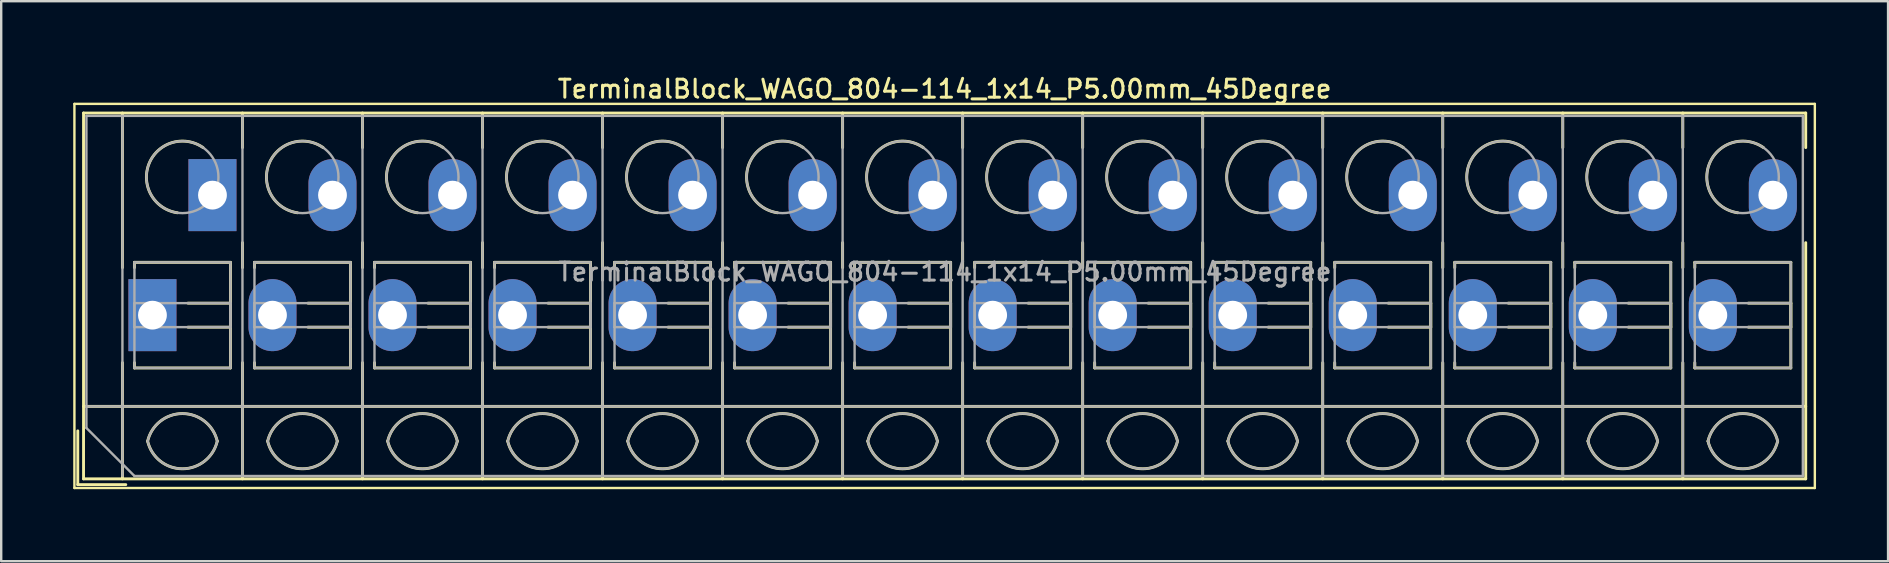
<source format=kicad_pcb>
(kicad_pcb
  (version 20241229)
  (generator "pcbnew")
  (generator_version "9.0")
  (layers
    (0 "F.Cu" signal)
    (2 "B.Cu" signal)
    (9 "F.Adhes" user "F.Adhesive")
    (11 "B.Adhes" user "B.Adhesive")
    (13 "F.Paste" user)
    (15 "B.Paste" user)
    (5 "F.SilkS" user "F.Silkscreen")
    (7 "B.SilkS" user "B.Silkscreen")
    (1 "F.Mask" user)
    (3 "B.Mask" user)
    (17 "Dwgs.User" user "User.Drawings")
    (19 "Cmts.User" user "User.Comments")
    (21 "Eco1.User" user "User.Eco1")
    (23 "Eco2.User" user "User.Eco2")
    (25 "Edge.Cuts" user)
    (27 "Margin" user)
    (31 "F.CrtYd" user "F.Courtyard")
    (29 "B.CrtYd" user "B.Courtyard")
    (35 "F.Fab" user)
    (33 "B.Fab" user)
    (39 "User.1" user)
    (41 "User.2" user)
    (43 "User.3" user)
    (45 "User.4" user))
  (footprint "TerminalBlock_WAGO_804-114_1x14_P5.00mm_45Degree"
    (layer "F.Cu")
    (at 3.3 10.078)
    (property "Reference" "TerminalBlock_WAGO_804-114_1x14_P5.00mm_45Degree" (at 33 -9.42 0) (layer "F.SilkS") (effects (font (size 0.75 0.75) (thickness 0.125))))
    (attr through_hole)
    (fp_line (start -3.25 -8.8) (end -3.25 7.2) (stroke (width 0.1) (type solid)) (layer "F.SilkS"))
    (fp_line (start -3.25 7.2) (end 69.25 7.2) (stroke (width 0.1) (type solid)) (layer "F.SilkS"))
    (fp_line (start -3.11 4.82) (end -3.11 7.06) (stroke (width 0.12) (type solid)) (layer "F.SilkS"))
    (fp_line (start -3.11 7.06) (end -1.11 7.06) (stroke (width 0.12) (type solid)) (layer "F.SilkS"))
    (fp_line (start -2.87 -8.42) (end -2.87 6.82) (stroke (width 0.12) (type solid)) (layer "F.SilkS"))
    (fp_line (start -2.87 -8.42) (end 68.87 -8.42) (stroke (width 0.12) (type solid)) (layer "F.SilkS"))
    (fp_line (start -2.87 3.8) (end 68.87 3.8) (stroke (width 0.12) (type solid)) (layer "F.SilkS"))
    (fp_line (start -2.87 6.82) (end 68.87 6.82) (stroke (width 0.12) (type solid)) (layer "F.SilkS"))
    (fp_line (start -1.25 -8.42) (end -1.25 -1.98) (stroke (width 0.12) (type solid)) (layer "F.SilkS"))
    (fp_line (start -1.25 1.98) (end -1.25 6.82) (stroke (width 0.12) (type solid)) (layer "F.SilkS"))
    (fp_line (start -0.75 -2.2) (end -0.75 -1.98) (stroke (width 0.12) (type solid)) (layer "F.SilkS"))
    (fp_line (start -0.75 -2.2) (end 3.25 -2.2) (stroke (width 0.12) (type solid)) (layer "F.SilkS"))
    (fp_line (start -0.75 1.98) (end -0.75 2.2) (stroke (width 0.12) (type solid)) (layer "F.SilkS"))
    (fp_line (start -0.75 2.2) (end 3.25 2.2) (stroke (width 0.12) (type solid)) (layer "F.SilkS"))
    (fp_line (start 1.48 -0.5) (end 3.25 -0.5) (stroke (width 0.12) (type solid)) (layer "F.SilkS"))
    (fp_line (start 1.48 0.5) (end 3.25 0.5) (stroke (width 0.12) (type solid)) (layer "F.SilkS"))
    (fp_line (start 3.25 -2.2) (end 3.25 2.2) (stroke (width 0.12) (type solid)) (layer "F.SilkS"))
    (fp_line (start 3.25 -0.5) (end 3.25 0.5) (stroke (width 0.12) (type solid)) (layer "F.SilkS"))
    (fp_line (start 3.75 -8.42) (end 3.75 -6.98) (stroke (width 0.12) (type solid)) (layer "F.SilkS"))
    (fp_line (start 3.75 -3.02) (end 3.75 -1.98) (stroke (width 0.12) (type solid)) (layer "F.SilkS"))
    (fp_line (start 3.75 1.98) (end 3.75 6.82) (stroke (width 0.12) (type solid)) (layer "F.SilkS"))
    (fp_line (start 4.25 -2.2) (end 4.25 -1.98) (stroke (width 0.12) (type solid)) (layer "F.SilkS"))
    (fp_line (start 4.25 -2.2) (end 8.25 -2.2) (stroke (width 0.12) (type solid)) (layer "F.SilkS"))
    (fp_line (start 4.25 1.98) (end 4.25 2.2) (stroke (width 0.12) (type solid)) (layer "F.SilkS"))
    (fp_line (start 4.25 2.2) (end 8.25 2.2) (stroke (width 0.12) (type solid)) (layer "F.SilkS"))
    (fp_line (start 6.48 -0.5) (end 8.25 -0.5) (stroke (width 0.12) (type solid)) (layer "F.SilkS"))
    (fp_line (start 6.48 0.5) (end 8.25 0.5) (stroke (width 0.12) (type solid)) (layer "F.SilkS"))
    (fp_line (start 8.25 -2.2) (end 8.25 2.2) (stroke (width 0.12) (type solid)) (layer "F.SilkS"))
    (fp_line (start 8.25 -0.5) (end 8.25 0.5) (stroke (width 0.12) (type solid)) (layer "F.SilkS"))
    (fp_line (start 8.75 -8.42) (end 8.75 -6.98) (stroke (width 0.12) (type solid)) (layer "F.SilkS"))
    (fp_line (start 8.75 -3.02) (end 8.75 -1.98) (stroke (width 0.12) (type solid)) (layer "F.SilkS"))
    (fp_line (start 8.75 1.98) (end 8.75 6.82) (stroke (width 0.12) (type solid)) (layer "F.SilkS"))
    (fp_line (start 9.25 -2.2) (end 9.25 -1.98) (stroke (width 0.12) (type solid)) (layer "F.SilkS"))
    (fp_line (start 9.25 -2.2) (end 13.25 -2.2) (stroke (width 0.12) (type solid)) (layer "F.SilkS"))
    (fp_line (start 9.25 1.98) (end 9.25 2.2) (stroke (width 0.12) (type solid)) (layer "F.SilkS"))
    (fp_line (start 9.25 2.2) (end 13.25 2.2) (stroke (width 0.12) (type solid)) (layer "F.SilkS"))
    (fp_line (start 11.48 -0.5) (end 13.25 -0.5) (stroke (width 0.12) (type solid)) (layer "F.SilkS"))
    (fp_line (start 11.48 0.5) (end 13.25 0.5) (stroke (width 0.12) (type solid)) (layer "F.SilkS"))
    (fp_line (start 13.25 -2.2) (end 13.25 2.2) (stroke (width 0.12) (type solid)) (layer "F.SilkS"))
    (fp_line (start 13.25 -0.5) (end 13.25 0.5) (stroke (width 0.12) (type solid)) (layer "F.SilkS"))
    (fp_line (start 13.75 -8.42) (end 13.75 -6.98) (stroke (width 0.12) (type solid)) (layer "F.SilkS"))
    (fp_line (start 13.75 -3.02) (end 13.75 -1.98) (stroke (width 0.12) (type solid)) (layer "F.SilkS"))
    (fp_line (start 13.75 1.98) (end 13.75 6.82) (stroke (width 0.12) (type solid)) (layer "F.SilkS"))
    (fp_line (start 14.25 -2.2) (end 14.25 -1.98) (stroke (width 0.12) (type solid)) (layer "F.SilkS"))
    (fp_line (start 14.25 -2.2) (end 18.25 -2.2) (stroke (width 0.12) (type solid)) (layer "F.SilkS"))
    (fp_line (start 14.25 1.98) (end 14.25 2.2) (stroke (width 0.12) (type solid)) (layer "F.SilkS"))
    (fp_line (start 14.25 2.2) (end 18.25 2.2) (stroke (width 0.12) (type solid)) (layer "F.SilkS"))
    (fp_line (start 16.48 -0.5) (end 18.25 -0.5) (stroke (width 0.12) (type solid)) (layer "F.SilkS"))
    (fp_line (start 16.48 0.5) (end 18.25 0.5) (stroke (width 0.12) (type solid)) (layer "F.SilkS"))
    (fp_line (start 18.25 -2.2) (end 18.25 2.2) (stroke (width 0.12) (type solid)) (layer "F.SilkS"))
    (fp_line (start 18.25 -0.5) (end 18.25 0.5) (stroke (width 0.12) (type solid)) (layer "F.SilkS"))
    (fp_line (start 18.75 -8.42) (end 18.75 -6.98) (stroke (width 0.12) (type solid)) (layer "F.SilkS"))
    (fp_line (start 18.75 -3.02) (end 18.75 -1.98) (stroke (width 0.12) (type solid)) (layer "F.SilkS"))
    (fp_line (start 18.75 1.98) (end 18.75 6.82) (stroke (width 0.12) (type solid)) (layer "F.SilkS"))
    (fp_line (start 19.25 -2.2) (end 19.25 -1.98) (stroke (width 0.12) (type solid)) (layer "F.SilkS"))
    (fp_line (start 19.25 -2.2) (end 23.25 -2.2) (stroke (width 0.12) (type solid)) (layer "F.SilkS"))
    (fp_line (start 19.25 1.98) (end 19.25 2.2) (stroke (width 0.12) (type solid)) (layer "F.SilkS"))
    (fp_line (start 19.25 2.2) (end 23.25 2.2) (stroke (width 0.12) (type solid)) (layer "F.SilkS"))
    (fp_line (start 21.48 -0.5) (end 23.25 -0.5) (stroke (width 0.12) (type solid)) (layer "F.SilkS"))
    (fp_line (start 21.48 0.5) (end 23.25 0.5) (stroke (width 0.12) (type solid)) (layer "F.SilkS"))
    (fp_line (start 23.25 -2.2) (end 23.25 2.2) (stroke (width 0.12) (type solid)) (layer "F.SilkS"))
    (fp_line (start 23.25 -0.5) (end 23.25 0.5) (stroke (width 0.12) (type solid)) (layer "F.SilkS"))
    (fp_line (start 23.75 -8.42) (end 23.75 -6.98) (stroke (width 0.12) (type solid)) (layer "F.SilkS"))
    (fp_line (start 23.75 -3.02) (end 23.75 -1.98) (stroke (width 0.12) (type solid)) (layer "F.SilkS"))
    (fp_line (start 23.75 1.98) (end 23.75 6.82) (stroke (width 0.12) (type solid)) (layer "F.SilkS"))
    (fp_line (start 24.25 -2.2) (end 24.25 -1.98) (stroke (width 0.12) (type solid)) (layer "F.SilkS"))
    (fp_line (start 24.25 -2.2) (end 28.25 -2.2) (stroke (width 0.12) (type solid)) (layer "F.SilkS"))
    (fp_line (start 24.25 1.98) (end 24.25 2.2) (stroke (width 0.12) (type solid)) (layer "F.SilkS"))
    (fp_line (start 24.25 2.2) (end 28.25 2.2) (stroke (width 0.12) (type solid)) (layer "F.SilkS"))
    (fp_line (start 26.48 -0.5) (end 28.25 -0.5) (stroke (width 0.12) (type solid)) (layer "F.SilkS"))
    (fp_line (start 26.48 0.5) (end 28.25 0.5) (stroke (width 0.12) (type solid)) (layer "F.SilkS"))
    (fp_line (start 28.25 -2.2) (end 28.25 2.2) (stroke (width 0.12) (type solid)) (layer "F.SilkS"))
    (fp_line (start 28.25 -0.5) (end 28.25 0.5) (stroke (width 0.12) (type solid)) (layer "F.SilkS"))
    (fp_line (start 28.75 -8.42) (end 28.75 -6.98) (stroke (width 0.12) (type solid)) (layer "F.SilkS"))
    (fp_line (start 28.75 -3.02) (end 28.75 -1.98) (stroke (width 0.12) (type solid)) (layer "F.SilkS"))
    (fp_line (start 28.75 1.98) (end 28.75 6.82) (stroke (width 0.12) (type solid)) (layer "F.SilkS"))
    (fp_line (start 29.25 -2.2) (end 29.25 -1.98) (stroke (width 0.12) (type solid)) (layer "F.SilkS"))
    (fp_line (start 29.25 -2.2) (end 33.25 -2.2) (stroke (width 0.12) (type solid)) (layer "F.SilkS"))
    (fp_line (start 29.25 1.98) (end 29.25 2.2) (stroke (width 0.12) (type solid)) (layer "F.SilkS"))
    (fp_line (start 29.25 2.2) (end 33.25 2.2) (stroke (width 0.12) (type solid)) (layer "F.SilkS"))
    (fp_line (start 31.48 -0.5) (end 33.25 -0.5) (stroke (width 0.12) (type solid)) (layer "F.SilkS"))
    (fp_line (start 31.48 0.5) (end 33.25 0.5) (stroke (width 0.12) (type solid)) (layer "F.SilkS"))
    (fp_line (start 33.25 -2.2) (end 33.25 2.2) (stroke (width 0.12) (type solid)) (layer "F.SilkS"))
    (fp_line (start 33.25 -0.5) (end 33.25 0.5) (stroke (width 0.12) (type solid)) (layer "F.SilkS"))
    (fp_line (start 33.75 -8.42) (end 33.75 -6.98) (stroke (width 0.12) (type solid)) (layer "F.SilkS"))
    (fp_line (start 33.75 -3.02) (end 33.75 -1.98) (stroke (width 0.12) (type solid)) (layer "F.SilkS"))
    (fp_line (start 33.75 1.98) (end 33.75 6.82) (stroke (width 0.12) (type solid)) (layer "F.SilkS"))
    (fp_line (start 34.25 -2.2) (end 34.25 -1.98) (stroke (width 0.12) (type solid)) (layer "F.SilkS"))
    (fp_line (start 34.25 -2.2) (end 38.25 -2.2) (stroke (width 0.12) (type solid)) (layer "F.SilkS"))
    (fp_line (start 34.25 1.98) (end 34.25 2.2) (stroke (width 0.12) (type solid)) (layer "F.SilkS"))
    (fp_line (start 34.25 2.2) (end 38.25 2.2) (stroke (width 0.12) (type solid)) (layer "F.SilkS"))
    (fp_line (start 36.48 -0.5) (end 38.25 -0.5) (stroke (width 0.12) (type solid)) (layer "F.SilkS"))
    (fp_line (start 36.48 0.5) (end 38.25 0.5) (stroke (width 0.12) (type solid)) (layer "F.SilkS"))
    (fp_line (start 38.25 -2.2) (end 38.25 2.2) (stroke (width 0.12) (type solid)) (layer "F.SilkS"))
    (fp_line (start 38.25 -0.5) (end 38.25 0.5) (stroke (width 0.12) (type solid)) (layer "F.SilkS"))
    (fp_line (start 38.75 -8.42) (end 38.75 -6.98) (stroke (width 0.12) (type solid)) (layer "F.SilkS"))
    (fp_line (start 38.75 -3.02) (end 38.75 -1.98) (stroke (width 0.12) (type solid)) (layer "F.SilkS"))
    (fp_line (start 38.75 1.98) (end 38.75 6.82) (stroke (width 0.12) (type solid)) (layer "F.SilkS"))
    (fp_line (start 39.25 -2.2) (end 39.25 -1.98) (stroke (width 0.12) (type solid)) (layer "F.SilkS"))
    (fp_line (start 39.25 -2.2) (end 43.25 -2.2) (stroke (width 0.12) (type solid)) (layer "F.SilkS"))
    (fp_line (start 39.25 1.98) (end 39.25 2.2) (stroke (width 0.12) (type solid)) (layer "F.SilkS"))
    (fp_line (start 39.25 2.2) (end 43.25 2.2) (stroke (width 0.12) (type solid)) (layer "F.SilkS"))
    (fp_line (start 41.48 -0.5) (end 43.25 -0.5) (stroke (width 0.12) (type solid)) (layer "F.SilkS"))
    (fp_line (start 41.48 0.5) (end 43.25 0.5) (stroke (width 0.12) (type solid)) (layer "F.SilkS"))
    (fp_line (start 43.25 -2.2) (end 43.25 2.2) (stroke (width 0.12) (type solid)) (layer "F.SilkS"))
    (fp_line (start 43.25 -0.5) (end 43.25 0.5) (stroke (width 0.12) (type solid)) (layer "F.SilkS"))
    (fp_line (start 43.75 -8.42) (end 43.75 -6.98) (stroke (width 0.12) (type solid)) (layer "F.SilkS"))
    (fp_line (start 43.75 -3.02) (end 43.75 -1.98) (stroke (width 0.12) (type solid)) (layer "F.SilkS"))
    (fp_line (start 43.75 1.98) (end 43.75 6.82) (stroke (width 0.12) (type solid)) (layer "F.SilkS"))
    (fp_line (start 44.25 -2.2) (end 44.25 -1.98) (stroke (width 0.12) (type solid)) (layer "F.SilkS"))
    (fp_line (start 44.25 -2.2) (end 48.25 -2.2) (stroke (width 0.12) (type solid)) (layer "F.SilkS"))
    (fp_line (start 44.25 1.98) (end 44.25 2.2) (stroke (width 0.12) (type solid)) (layer "F.SilkS"))
    (fp_line (start 44.25 2.2) (end 48.25 2.2) (stroke (width 0.12) (type solid)) (layer "F.SilkS"))
    (fp_line (start 46.48 -0.5) (end 48.25 -0.5) (stroke (width 0.12) (type solid)) (layer "F.SilkS"))
    (fp_line (start 46.48 0.5) (end 48.25 0.5) (stroke (width 0.12) (type solid)) (layer "F.SilkS"))
    (fp_line (start 48.25 -2.2) (end 48.25 2.2) (stroke (width 0.12) (type solid)) (layer "F.SilkS"))
    (fp_line (start 48.25 -0.5) (end 48.25 0.5) (stroke (width 0.12) (type solid)) (layer "F.SilkS"))
    (fp_line (start 48.75 -8.42) (end 48.75 -6.98) (stroke (width 0.12) (type solid)) (layer "F.SilkS"))
    (fp_line (start 48.75 -3.02) (end 48.75 -1.98) (stroke (width 0.12) (type solid)) (layer "F.SilkS"))
    (fp_line (start 48.75 1.98) (end 48.75 6.82) (stroke (width 0.12) (type solid)) (layer "F.SilkS"))
    (fp_line (start 49.25 -2.2) (end 49.25 -1.98) (stroke (width 0.12) (type solid)) (layer "F.SilkS"))
    (fp_line (start 49.25 -2.2) (end 53.25 -2.2) (stroke (width 0.12) (type solid)) (layer "F.SilkS"))
    (fp_line (start 49.25 1.98) (end 49.25 2.2) (stroke (width 0.12) (type solid)) (layer "F.SilkS"))
    (fp_line (start 49.25 2.2) (end 53.25 2.2) (stroke (width 0.12) (type solid)) (layer "F.SilkS"))
    (fp_line (start 51.48 -0.5) (end 53.25 -0.5) (stroke (width 0.12) (type solid)) (layer "F.SilkS"))
    (fp_line (start 51.48 0.5) (end 53.25 0.5) (stroke (width 0.12) (type solid)) (layer "F.SilkS"))
    (fp_line (start 53.25 -2.2) (end 53.25 2.2) (stroke (width 0.12) (type solid)) (layer "F.SilkS"))
    (fp_line (start 53.25 -0.5) (end 53.25 0.5) (stroke (width 0.12) (type solid)) (layer "F.SilkS"))
    (fp_line (start 53.75 -8.42) (end 53.75 -6.98) (stroke (width 0.12) (type solid)) (layer "F.SilkS"))
    (fp_line (start 53.75 -3.02) (end 53.75 -1.98) (stroke (width 0.12) (type solid)) (layer "F.SilkS"))
    (fp_line (start 53.75 1.98) (end 53.75 6.82) (stroke (width 0.12) (type solid)) (layer "F.SilkS"))
    (fp_line (start 54.25 -2.2) (end 54.25 -1.98) (stroke (width 0.12) (type solid)) (layer "F.SilkS"))
    (fp_line (start 54.25 -2.2) (end 58.25 -2.2) (stroke (width 0.12) (type solid)) (layer "F.SilkS"))
    (fp_line (start 54.25 1.98) (end 54.25 2.2) (stroke (width 0.12) (type solid)) (layer "F.SilkS"))
    (fp_line (start 54.25 2.2) (end 58.25 2.2) (stroke (width 0.12) (type solid)) (layer "F.SilkS"))
    (fp_line (start 56.48 -0.5) (end 58.25 -0.5) (stroke (width 0.12) (type solid)) (layer "F.SilkS"))
    (fp_line (start 56.48 0.5) (end 58.25 0.5) (stroke (width 0.12) (type solid)) (layer "F.SilkS"))
    (fp_line (start 58.25 -2.2) (end 58.25 2.2) (stroke (width 0.12) (type solid)) (layer "F.SilkS"))
    (fp_line (start 58.25 -0.5) (end 58.25 0.5) (stroke (width 0.12) (type solid)) (layer "F.SilkS"))
    (fp_line (start 58.75 -8.42) (end 58.75 -6.98) (stroke (width 0.12) (type solid)) (layer "F.SilkS"))
    (fp_line (start 58.75 -3.02) (end 58.75 -1.98) (stroke (width 0.12) (type solid)) (layer "F.SilkS"))
    (fp_line (start 58.75 1.98) (end 58.75 6.82) (stroke (width 0.12) (type solid)) (layer "F.SilkS"))
    (fp_line (start 59.25 -2.2) (end 59.25 -1.98) (stroke (width 0.12) (type solid)) (layer "F.SilkS"))
    (fp_line (start 59.25 -2.2) (end 63.25 -2.2) (stroke (width 0.12) (type solid)) (layer "F.SilkS"))
    (fp_line (start 59.25 1.98) (end 59.25 2.2) (stroke (width 0.12) (type solid)) (layer "F.SilkS"))
    (fp_line (start 59.25 2.2) (end 63.25 2.2) (stroke (width 0.12) (type solid)) (layer "F.SilkS"))
    (fp_line (start 61.48 -0.5) (end 63.25 -0.5) (stroke (width 0.12) (type solid)) (layer "F.SilkS"))
    (fp_line (start 61.48 0.5) (end 63.25 0.5) (stroke (width 0.12) (type solid)) (layer "F.SilkS"))
    (fp_line (start 63.25 -2.2) (end 63.25 2.2) (stroke (width 0.12) (type solid)) (layer "F.SilkS"))
    (fp_line (start 63.25 -0.5) (end 63.25 0.5) (stroke (width 0.12) (type solid)) (layer "F.SilkS"))
    (fp_line (start 63.75 -8.42) (end 63.75 -6.98) (stroke (width 0.12) (type solid)) (layer "F.SilkS"))
    (fp_line (start 63.75 -3.02) (end 63.75 -1.98) (stroke (width 0.12) (type solid)) (layer "F.SilkS"))
    (fp_line (start 63.75 1.98) (end 63.75 6.82) (stroke (width 0.12) (type solid)) (layer "F.SilkS"))
    (fp_line (start 64.25 -2.2) (end 64.25 -1.98) (stroke (width 0.12) (type solid)) (layer "F.SilkS"))
    (fp_line (start 64.25 -2.2) (end 68.25 -2.2) (stroke (width 0.12) (type solid)) (layer "F.SilkS"))
    (fp_line (start 64.25 1.98) (end 64.25 2.2) (stroke (width 0.12) (type solid)) (layer "F.SilkS"))
    (fp_line (start 64.25 2.2) (end 68.25 2.2) (stroke (width 0.12) (type solid)) (layer "F.SilkS"))
    (fp_line (start 66.48 -0.5) (end 68.25 -0.5) (stroke (width 0.12) (type solid)) (layer "F.SilkS"))
    (fp_line (start 66.48 0.5) (end 68.25 0.5) (stroke (width 0.12) (type solid)) (layer "F.SilkS"))
    (fp_line (start 68.25 -2.2) (end 68.25 2.2) (stroke (width 0.12) (type solid)) (layer "F.SilkS"))
    (fp_line (start 68.25 -0.5) (end 68.25 0.5) (stroke (width 0.12) (type solid)) (layer "F.SilkS"))
    (fp_line (start 68.87 -8.42) (end 68.87 -6.98) (stroke (width 0.12) (type solid)) (layer "F.SilkS"))
    (fp_line (start 68.87 -3.02) (end 68.87 6.82) (stroke (width 0.12) (type solid)) (layer "F.SilkS"))
    (fp_line (start 69.25 -8.8) (end -3.25 -8.8) (stroke (width 0.1) (type solid)) (layer "F.SilkS"))
    (fp_line (start 69.25 7.2) (end 69.25 -8.8) (stroke (width 0.1) (type solid)) (layer "F.SilkS"))
    (fp_arc (start -0.200865 5.250424) (mid 1.250296 4.099926) (end 2.701 5.251) (stroke (width 0.12) (type solid)) (layer "F.SilkS"))
    (fp_arc (start 1.040798 -4.264067) (mid -0.146039 -6.300306) (end 2.111 -6.979) (stroke (width 0.12) (type solid)) (layer "F.SilkS"))
    (fp_arc (start 2.7 5.25) (mid 1.250068 6.400101) (end -0.199969 5.250133) (stroke (width 0.12) (type solid)) (layer "F.SilkS"))
    (fp_arc (start 4.799135 5.250424) (mid 6.250296 4.099926) (end 7.701 5.251) (stroke (width 0.12) (type solid)) (layer "F.SilkS"))
    (fp_arc (start 6.040798 -4.264067) (mid 4.853961 -6.300306) (end 7.111 -6.979) (stroke (width 0.12) (type solid)) (layer "F.SilkS"))
    (fp_arc (start 7.7 5.25) (mid 6.250068 6.400101) (end 4.800031 5.250133) (stroke (width 0.12) (type solid)) (layer "F.SilkS"))
    (fp_arc (start 9.799135 5.250424) (mid 11.250296 4.099926) (end 12.701 5.251) (stroke (width 0.12) (type solid)) (layer "F.SilkS"))
    (fp_arc (start 11.040798 -4.264067) (mid 9.853961 -6.300306) (end 12.111 -6.979) (stroke (width 0.12) (type solid)) (layer "F.SilkS"))
    (fp_arc (start 12.7 5.25) (mid 11.250068 6.400101) (end 9.800031 5.250133) (stroke (width 0.12) (type solid)) (layer "F.SilkS"))
    (fp_arc (start 14.799135 5.250424) (mid 16.250296 4.099926) (end 17.701 5.251) (stroke (width 0.12) (type solid)) (layer "F.SilkS"))
    (fp_arc (start 16.040798 -4.264067) (mid 14.853961 -6.300306) (end 17.111 -6.979) (stroke (width 0.12) (type solid)) (layer "F.SilkS"))
    (fp_arc (start 17.7 5.25) (mid 16.250068 6.400101) (end 14.800031 5.250133) (stroke (width 0.12) (type solid)) (layer "F.SilkS"))
    (fp_arc (start 19.799135 5.250424) (mid 21.250296 4.099926) (end 22.701 5.251) (stroke (width 0.12) (type solid)) (layer "F.SilkS"))
    (fp_arc (start 21.040798 -4.264067) (mid 19.853961 -6.300306) (end 22.111 -6.979) (stroke (width 0.12) (type solid)) (layer "F.SilkS"))
    (fp_arc (start 22.7 5.25) (mid 21.250068 6.400101) (end 19.800031 5.250133) (stroke (width 0.12) (type solid)) (layer "F.SilkS"))
    (fp_arc (start 24.799135 5.250424) (mid 26.250296 4.099926) (end 27.701 5.251) (stroke (width 0.12) (type solid)) (layer "F.SilkS"))
    (fp_arc (start 26.040798 -4.264067) (mid 24.853961 -6.300306) (end 27.111 -6.979) (stroke (width 0.12) (type solid)) (layer "F.SilkS"))
    (fp_arc (start 27.7 5.25) (mid 26.250068 6.400101) (end 24.800031 5.250133) (stroke (width 0.12) (type solid)) (layer "F.SilkS"))
    (fp_arc (start 29.799135 5.250424) (mid 31.250296 4.099926) (end 32.701 5.251) (stroke (width 0.12) (type solid)) (layer "F.SilkS"))
    (fp_arc (start 31.040798 -4.264067) (mid 29.853961 -6.300306) (end 32.111 -6.979) (stroke (width 0.12) (type solid)) (layer "F.SilkS"))
    (fp_arc (start 32.701 5.25) (mid 31.250296 6.401074) (end 29.799135 5.250576) (stroke (width 0.12) (type solid)) (layer "F.SilkS"))
    (fp_arc (start 34.799135 5.250424) (mid 36.250296 4.099926) (end 37.701 5.251) (stroke (width 0.12) (type solid)) (layer "F.SilkS"))
    (fp_arc (start 36.040798 -4.264067) (mid 34.853961 -6.300306) (end 37.111 -6.979) (stroke (width 0.12) (type solid)) (layer "F.SilkS"))
    (fp_arc (start 37.7 5.25) (mid 36.250068 6.400101) (end 34.800031 5.250133) (stroke (width 0.12) (type solid)) (layer "F.SilkS"))
    (fp_arc (start 39.799135 5.250424) (mid 41.250296 4.099926) (end 42.701 5.251) (stroke (width 0.12) (type solid)) (layer "F.SilkS"))
    (fp_arc (start 41.040798 -4.264067) (mid 39.853961 -6.300306) (end 42.111 -6.979) (stroke (width 0.12) (type solid)) (layer "F.SilkS"))
    (fp_arc (start 42.7 5.25) (mid 41.250068 6.400101) (end 39.800031 5.250133) (stroke (width 0.12) (type solid)) (layer "F.SilkS"))
    (fp_arc (start 44.799135 5.250424) (mid 46.250296 4.099926) (end 47.701 5.251) (stroke (width 0.12) (type solid)) (layer "F.SilkS"))
    (fp_arc (start 46.040798 -4.264067) (mid 44.853961 -6.300306) (end 47.111 -6.979) (stroke (width 0.12) (type solid)) (layer "F.SilkS"))
    (fp_arc (start 47.7 5.25) (mid 46.250068 6.400101) (end 44.800031 5.250133) (stroke (width 0.12) (type solid)) (layer "F.SilkS"))
    (fp_arc (start 49.799135 5.250424) (mid 51.250296 4.099926) (end 52.701 5.251) (stroke (width 0.12) (type solid)) (layer "F.SilkS"))
    (fp_arc (start 51.040798 -4.264067) (mid 49.853961 -6.300306) (end 52.111 -6.979) (stroke (width 0.12) (type solid)) (layer "F.SilkS"))
    (fp_arc (start 52.7 5.25) (mid 51.250068 6.400101) (end 49.800031 5.250133) (stroke (width 0.12) (type solid)) (layer "F.SilkS"))
    (fp_arc (start 54.799135 5.250424) (mid 56.250296 4.099926) (end 57.701 5.251) (stroke (width 0.12) (type solid)) (layer "F.SilkS"))
    (fp_arc (start 56.040798 -4.264067) (mid 54.853961 -6.300306) (end 57.111 -6.979) (stroke (width 0.12) (type solid)) (layer "F.SilkS"))
    (fp_arc (start 57.7 5.25) (mid 56.250068 6.400101) (end 54.800031 5.250133) (stroke (width 0.12) (type solid)) (layer "F.SilkS"))
    (fp_arc (start 59.799135 5.250424) (mid 61.250296 4.099926) (end 62.701 5.251) (stroke (width 0.12) (type solid)) (layer "F.SilkS"))
    (fp_arc (start 61.040798 -4.264067) (mid 59.853961 -6.300306) (end 62.111 -6.979) (stroke (width 0.12) (type solid)) (layer "F.SilkS"))
    (fp_arc (start 62.7 5.25) (mid 61.250068 6.400101) (end 59.800031 5.250133) (stroke (width 0.12) (type solid)) (layer "F.SilkS"))
    (fp_arc (start 64.799135 5.250424) (mid 66.250296 4.099926) (end 67.701 5.251) (stroke (width 0.12) (type solid)) (layer "F.SilkS"))
    (fp_arc (start 66.040798 -4.264067) (mid 64.853961 -6.300306) (end 67.111 -6.979) (stroke (width 0.12) (type solid)) (layer "F.SilkS"))
    (fp_arc (start 67.7 5.25) (mid 66.250068 6.400101) (end 64.800031 5.250133) (stroke (width 0.12) (type solid)) (layer "F.SilkS"))
    (fp_line (start -2.75 -8.3) (end 68.75 -8.3) (stroke (width 0.1) (type solid)) (layer "F.Fab"))
    (fp_line (start -2.75 3.8) (end 68.75 3.8) (stroke (width 0.1) (type solid)) (layer "F.Fab"))
    (fp_line (start -2.75 4.7) (end -2.75 -8.3) (stroke (width 0.1) (type solid)) (layer "F.Fab"))
    (fp_line (start -1.25 -8.3) (end -1.25 6.7) (stroke (width 0.1) (type solid)) (layer "F.Fab"))
    (fp_line (start -0.75 -2.2) (end -0.75 2.2) (stroke (width 0.1) (type solid)) (layer "F.Fab"))
    (fp_line (start -0.75 -0.5) (end -0.75 0.5) (stroke (width 0.1) (type solid)) (layer "F.Fab"))
    (fp_line (start -0.75 0.5) (end 3.25 0.5) (stroke (width 0.1) (type solid)) (layer "F.Fab"))
    (fp_line (start -0.75 2.2) (end 3.25 2.2) (stroke (width 0.1) (type solid)) (layer "F.Fab"))
    (fp_line (start -0.75 6.7) (end -2.75 4.7) (stroke (width 0.1) (type solid)) (layer "F.Fab"))
    (fp_line (start 3.25 -2.2) (end -0.75 -2.2) (stroke (width 0.1) (type solid)) (layer "F.Fab"))
    (fp_line (start 3.25 -0.5) (end -0.75 -0.5) (stroke (width 0.1) (type solid)) (layer "F.Fab"))
    (fp_line (start 3.25 0.5) (end 3.25 -0.5) (stroke (width 0.1) (type solid)) (layer "F.Fab"))
    (fp_line (start 3.25 2.2) (end 3.25 -2.2) (stroke (width 0.1) (type solid)) (layer "F.Fab"))
    (fp_line (start 3.75 -8.3) (end 3.75 6.7) (stroke (width 0.1) (type solid)) (layer "F.Fab"))
    (fp_line (start 4.25 -2.2) (end 4.25 2.2) (stroke (width 0.1) (type solid)) (layer "F.Fab"))
    (fp_line (start 4.25 -0.5) (end 4.25 0.5) (stroke (width 0.1) (type solid)) (layer "F.Fab"))
    (fp_line (start 4.25 0.5) (end 8.25 0.5) (stroke (width 0.1) (type solid)) (layer "F.Fab"))
    (fp_line (start 4.25 2.2) (end 8.25 2.2) (stroke (width 0.1) (type solid)) (layer "F.Fab"))
    (fp_line (start 8.25 -2.2) (end 4.25 -2.2) (stroke (width 0.1) (type solid)) (layer "F.Fab"))
    (fp_line (start 8.25 -0.5) (end 4.25 -0.5) (stroke (width 0.1) (type solid)) (layer "F.Fab"))
    (fp_line (start 8.25 0.5) (end 8.25 -0.5) (stroke (width 0.1) (type solid)) (layer "F.Fab"))
    (fp_line (start 8.25 2.2) (end 8.25 -2.2) (stroke (width 0.1) (type solid)) (layer "F.Fab"))
    (fp_line (start 8.75 -8.3) (end 8.75 6.7) (stroke (width 0.1) (type solid)) (layer "F.Fab"))
    (fp_line (start 9.25 -2.2) (end 9.25 2.2) (stroke (width 0.1) (type solid)) (layer "F.Fab"))
    (fp_line (start 9.25 -0.5) (end 9.25 0.5) (stroke (width 0.1) (type solid)) (layer "F.Fab"))
    (fp_line (start 9.25 0.5) (end 13.25 0.5) (stroke (width 0.1) (type solid)) (layer "F.Fab"))
    (fp_line (start 9.25 2.2) (end 13.25 2.2) (stroke (width 0.1) (type solid)) (layer "F.Fab"))
    (fp_line (start 13.25 -2.2) (end 9.25 -2.2) (stroke (width 0.1) (type solid)) (layer "F.Fab"))
    (fp_line (start 13.25 -0.5) (end 9.25 -0.5) (stroke (width 0.1) (type solid)) (layer "F.Fab"))
    (fp_line (start 13.25 0.5) (end 13.25 -0.5) (stroke (width 0.1) (type solid)) (layer "F.Fab"))
    (fp_line (start 13.25 2.2) (end 13.25 -2.2) (stroke (width 0.1) (type solid)) (layer "F.Fab"))
    (fp_line (start 13.75 -8.3) (end 13.75 6.7) (stroke (width 0.1) (type solid)) (layer "F.Fab"))
    (fp_line (start 14.25 -2.2) (end 14.25 2.2) (stroke (width 0.1) (type solid)) (layer "F.Fab"))
    (fp_line (start 14.25 -0.5) (end 14.25 0.5) (stroke (width 0.1) (type solid)) (layer "F.Fab"))
    (fp_line (start 14.25 0.5) (end 18.25 0.5) (stroke (width 0.1) (type solid)) (layer "F.Fab"))
    (fp_line (start 14.25 2.2) (end 18.25 2.2) (stroke (width 0.1) (type solid)) (layer "F.Fab"))
    (fp_line (start 18.25 -2.2) (end 14.25 -2.2) (stroke (width 0.1) (type solid)) (layer "F.Fab"))
    (fp_line (start 18.25 -0.5) (end 14.25 -0.5) (stroke (width 0.1) (type solid)) (layer "F.Fab"))
    (fp_line (start 18.25 0.5) (end 18.25 -0.5) (stroke (width 0.1) (type solid)) (layer "F.Fab"))
    (fp_line (start 18.25 2.2) (end 18.25 -2.2) (stroke (width 0.1) (type solid)) (layer "F.Fab"))
    (fp_line (start 18.75 -8.3) (end 18.75 6.7) (stroke (width 0.1) (type solid)) (layer "F.Fab"))
    (fp_line (start 19.25 -2.2) (end 19.25 2.2) (stroke (width 0.1) (type solid)) (layer "F.Fab"))
    (fp_line (start 19.25 -0.5) (end 19.25 0.5) (stroke (width 0.1) (type solid)) (layer "F.Fab"))
    (fp_line (start 19.25 0.5) (end 23.25 0.5) (stroke (width 0.1) (type solid)) (layer "F.Fab"))
    (fp_line (start 19.25 2.2) (end 23.25 2.2) (stroke (width 0.1) (type solid)) (layer "F.Fab"))
    (fp_line (start 23.25 -2.2) (end 19.25 -2.2) (stroke (width 0.1) (type solid)) (layer "F.Fab"))
    (fp_line (start 23.25 -0.5) (end 19.25 -0.5) (stroke (width 0.1) (type solid)) (layer "F.Fab"))
    (fp_line (start 23.25 0.5) (end 23.25 -0.5) (stroke (width 0.1) (type solid)) (layer "F.Fab"))
    (fp_line (start 23.25 2.2) (end 23.25 -2.2) (stroke (width 0.1) (type solid)) (layer "F.Fab"))
    (fp_line (start 23.75 -8.3) (end 23.75 6.7) (stroke (width 0.1) (type solid)) (layer "F.Fab"))
    (fp_line (start 24.25 -2.2) (end 24.25 2.2) (stroke (width 0.1) (type solid)) (layer "F.Fab"))
    (fp_line (start 24.25 -0.5) (end 24.25 0.5) (stroke (width 0.1) (type solid)) (layer "F.Fab"))
    (fp_line (start 24.25 0.5) (end 28.25 0.5) (stroke (width 0.1) (type solid)) (layer "F.Fab"))
    (fp_line (start 24.25 2.2) (end 28.25 2.2) (stroke (width 0.1) (type solid)) (layer "F.Fab"))
    (fp_line (start 28.25 -2.2) (end 24.25 -2.2) (stroke (width 0.1) (type solid)) (layer "F.Fab"))
    (fp_line (start 28.25 -0.5) (end 24.25 -0.5) (stroke (width 0.1) (type solid)) (layer "F.Fab"))
    (fp_line (start 28.25 0.5) (end 28.25 -0.5) (stroke (width 0.1) (type solid)) (layer "F.Fab"))
    (fp_line (start 28.25 2.2) (end 28.25 -2.2) (stroke (width 0.1) (type solid)) (layer "F.Fab"))
    (fp_line (start 28.75 -8.3) (end 28.75 6.7) (stroke (width 0.1) (type solid)) (layer "F.Fab"))
    (fp_line (start 29.25 -2.2) (end 29.25 2.2) (stroke (width 0.1) (type solid)) (layer "F.Fab"))
    (fp_line (start 29.25 -0.5) (end 29.25 0.5) (stroke (width 0.1) (type solid)) (layer "F.Fab"))
    (fp_line (start 29.25 0.5) (end 33.25 0.5) (stroke (width 0.1) (type solid)) (layer "F.Fab"))
    (fp_line (start 29.25 2.2) (end 33.25 2.2) (stroke (width 0.1) (type solid)) (layer "F.Fab"))
    (fp_line (start 33.25 -2.2) (end 29.25 -2.2) (stroke (width 0.1) (type solid)) (layer "F.Fab"))
    (fp_line (start 33.25 -0.5) (end 29.25 -0.5) (stroke (width 0.1) (type solid)) (layer "F.Fab"))
    (fp_line (start 33.25 0.5) (end 33.25 -0.5) (stroke (width 0.1) (type solid)) (layer "F.Fab"))
    (fp_line (start 33.25 2.2) (end 33.25 -2.2) (stroke (width 0.1) (type solid)) (layer "F.Fab"))
    (fp_line (start 33.75 -8.3) (end 33.75 6.7) (stroke (width 0.1) (type solid)) (layer "F.Fab"))
    (fp_line (start 34.25 -2.2) (end 34.25 2.2) (stroke (width 0.1) (type solid)) (layer "F.Fab"))
    (fp_line (start 34.25 -0.5) (end 34.25 0.5) (stroke (width 0.1) (type solid)) (layer "F.Fab"))
    (fp_line (start 34.25 0.5) (end 38.25 0.5) (stroke (width 0.1) (type solid)) (layer "F.Fab"))
    (fp_line (start 34.25 2.2) (end 38.25 2.2) (stroke (width 0.1) (type solid)) (layer "F.Fab"))
    (fp_line (start 38.25 -2.2) (end 34.25 -2.2) (stroke (width 0.1) (type solid)) (layer "F.Fab"))
    (fp_line (start 38.25 -0.5) (end 34.25 -0.5) (stroke (width 0.1) (type solid)) (layer "F.Fab"))
    (fp_line (start 38.25 0.5) (end 38.25 -0.5) (stroke (width 0.1) (type solid)) (layer "F.Fab"))
    (fp_line (start 38.25 2.2) (end 38.25 -2.2) (stroke (width 0.1) (type solid)) (layer "F.Fab"))
    (fp_line (start 38.75 -8.3) (end 38.75 6.7) (stroke (width 0.1) (type solid)) (layer "F.Fab"))
    (fp_line (start 39.25 -2.2) (end 39.25 2.2) (stroke (width 0.1) (type solid)) (layer "F.Fab"))
    (fp_line (start 39.25 -0.5) (end 39.25 0.5) (stroke (width 0.1) (type solid)) (layer "F.Fab"))
    (fp_line (start 39.25 0.5) (end 43.25 0.5) (stroke (width 0.1) (type solid)) (layer "F.Fab"))
    (fp_line (start 39.25 2.2) (end 43.25 2.2) (stroke (width 0.1) (type solid)) (layer "F.Fab"))
    (fp_line (start 43.25 -2.2) (end 39.25 -2.2) (stroke (width 0.1) (type solid)) (layer "F.Fab"))
    (fp_line (start 43.25 -0.5) (end 39.25 -0.5) (stroke (width 0.1) (type solid)) (layer "F.Fab"))
    (fp_line (start 43.25 0.5) (end 43.25 -0.5) (stroke (width 0.1) (type solid)) (layer "F.Fab"))
    (fp_line (start 43.25 2.2) (end 43.25 -2.2) (stroke (width 0.1) (type solid)) (layer "F.Fab"))
    (fp_line (start 43.75 -8.3) (end 43.75 6.7) (stroke (width 0.1) (type solid)) (layer "F.Fab"))
    (fp_line (start 44.25 -2.2) (end 44.25 2.2) (stroke (width 0.1) (type solid)) (layer "F.Fab"))
    (fp_line (start 44.25 -0.5) (end 44.25 0.5) (stroke (width 0.1) (type solid)) (layer "F.Fab"))
    (fp_line (start 44.25 0.5) (end 48.25 0.5) (stroke (width 0.1) (type solid)) (layer "F.Fab"))
    (fp_line (start 44.25 2.2) (end 48.25 2.2) (stroke (width 0.1) (type solid)) (layer "F.Fab"))
    (fp_line (start 48.25 -2.2) (end 44.25 -2.2) (stroke (width 0.1) (type solid)) (layer "F.Fab"))
    (fp_line (start 48.25 -0.5) (end 44.25 -0.5) (stroke (width 0.1) (type solid)) (layer "F.Fab"))
    (fp_line (start 48.25 0.5) (end 48.25 -0.5) (stroke (width 0.1) (type solid)) (layer "F.Fab"))
    (fp_line (start 48.25 2.2) (end 48.25 -2.2) (stroke (width 0.1) (type solid)) (layer "F.Fab"))
    (fp_line (start 48.75 -8.3) (end 48.75 6.7) (stroke (width 0.1) (type solid)) (layer "F.Fab"))
    (fp_line (start 49.25 -2.2) (end 49.25 2.2) (stroke (width 0.1) (type solid)) (layer "F.Fab"))
    (fp_line (start 49.25 -0.5) (end 49.25 0.5) (stroke (width 0.1) (type solid)) (layer "F.Fab"))
    (fp_line (start 49.25 0.5) (end 53.25 0.5) (stroke (width 0.1) (type solid)) (layer "F.Fab"))
    (fp_line (start 49.25 2.2) (end 53.25 2.2) (stroke (width 0.1) (type solid)) (layer "F.Fab"))
    (fp_line (start 53.25 -2.2) (end 49.25 -2.2) (stroke (width 0.1) (type solid)) (layer "F.Fab"))
    (fp_line (start 53.25 -0.5) (end 49.25 -0.5) (stroke (width 0.1) (type solid)) (layer "F.Fab"))
    (fp_line (start 53.25 0.5) (end 53.25 -0.5) (stroke (width 0.1) (type solid)) (layer "F.Fab"))
    (fp_line (start 53.25 2.2) (end 53.25 -2.2) (stroke (width 0.1) (type solid)) (layer "F.Fab"))
    (fp_line (start 53.75 -8.3) (end 53.75 6.7) (stroke (width 0.1) (type solid)) (layer "F.Fab"))
    (fp_line (start 54.25 -2.2) (end 54.25 2.2) (stroke (width 0.1) (type solid)) (layer "F.Fab"))
    (fp_line (start 54.25 -0.5) (end 54.25 0.5) (stroke (width 0.1) (type solid)) (layer "F.Fab"))
    (fp_line (start 54.25 0.5) (end 58.25 0.5) (stroke (width 0.1) (type solid)) (layer "F.Fab"))
    (fp_line (start 54.25 2.2) (end 58.25 2.2) (stroke (width 0.1) (type solid)) (layer "F.Fab"))
    (fp_line (start 58.25 -2.2) (end 54.25 -2.2) (stroke (width 0.1) (type solid)) (layer "F.Fab"))
    (fp_line (start 58.25 -0.5) (end 54.25 -0.5) (stroke (width 0.1) (type solid)) (layer "F.Fab"))
    (fp_line (start 58.25 0.5) (end 58.25 -0.5) (stroke (width 0.1) (type solid)) (layer "F.Fab"))
    (fp_line (start 58.25 2.2) (end 58.25 -2.2) (stroke (width 0.1) (type solid)) (layer "F.Fab"))
    (fp_line (start 58.75 -8.3) (end 58.75 6.7) (stroke (width 0.1) (type solid)) (layer "F.Fab"))
    (fp_line (start 59.25 -2.2) (end 59.25 2.2) (stroke (width 0.1) (type solid)) (layer "F.Fab"))
    (fp_line (start 59.25 -0.5) (end 59.25 0.5) (stroke (width 0.1) (type solid)) (layer "F.Fab"))
    (fp_line (start 59.25 0.5) (end 63.25 0.5) (stroke (width 0.1) (type solid)) (layer "F.Fab"))
    (fp_line (start 59.25 2.2) (end 63.25 2.2) (stroke (width 0.1) (type solid)) (layer "F.Fab"))
    (fp_line (start 63.25 -2.2) (end 59.25 -2.2) (stroke (width 0.1) (type solid)) (layer "F.Fab"))
    (fp_line (start 63.25 -0.5) (end 59.25 -0.5) (stroke (width 0.1) (type solid)) (layer "F.Fab"))
    (fp_line (start 63.25 0.5) (end 63.25 -0.5) (stroke (width 0.1) (type solid)) (layer "F.Fab"))
    (fp_line (start 63.25 2.2) (end 63.25 -2.2) (stroke (width 0.1) (type solid)) (layer "F.Fab"))
    (fp_line (start 63.75 -8.3) (end 63.75 6.7) (stroke (width 0.1) (type solid)) (layer "F.Fab"))
    (fp_line (start 64.25 -2.2) (end 64.25 2.2) (stroke (width 0.1) (type solid)) (layer "F.Fab"))
    (fp_line (start 64.25 -0.5) (end 64.25 0.5) (stroke (width 0.1) (type solid)) (layer "F.Fab"))
    (fp_line (start 64.25 0.5) (end 68.25 0.5) (stroke (width 0.1) (type solid)) (layer "F.Fab"))
    (fp_line (start 64.25 2.2) (end 68.25 2.2) (stroke (width 0.1) (type solid)) (layer "F.Fab"))
    (fp_line (start 68.25 -2.2) (end 64.25 -2.2) (stroke (width 0.1) (type solid)) (layer "F.Fab"))
    (fp_line (start 68.25 -0.5) (end 64.25 -0.5) (stroke (width 0.1) (type solid)) (layer "F.Fab"))
    (fp_line (start 68.25 0.5) (end 68.25 -0.5) (stroke (width 0.1) (type solid)) (layer "F.Fab"))
    (fp_line (start 68.25 2.2) (end 68.25 -2.2) (stroke (width 0.1) (type solid)) (layer "F.Fab"))
    (fp_line (start 68.75 -8.3) (end 68.75 6.7) (stroke (width 0.1) (type solid)) (layer "F.Fab"))
    (fp_line (start 68.75 6.7) (end -0.75 6.7) (stroke (width 0.1) (type solid)) (layer "F.Fab"))
    (fp_arc (start -0.200865 5.250424) (mid 1.250296 4.099926) (end 2.701 5.251) (stroke (width 0.1) (type solid)) (layer "F.Fab"))
    (fp_arc (start 2.7 5.25) (mid 1.250068 6.400101) (end -0.199969 5.250133) (stroke (width 0.1) (type solid)) (layer "F.Fab"))
    (fp_arc (start 4.799135 5.250424) (mid 6.250296 4.099926) (end 7.701 5.251) (stroke (width 0.1) (type solid)) (layer "F.Fab"))
    (fp_arc (start 7.7 5.25) (mid 6.250068 6.400101) (end 4.800031 5.250133) (stroke (width 0.1) (type solid)) (layer "F.Fab"))
    (fp_arc (start 9.799135 5.250424) (mid 11.250296 4.099926) (end 12.701 5.251) (stroke (width 0.1) (type solid)) (layer "F.Fab"))
    (fp_arc (start 12.7 5.25) (mid 11.250068 6.400101) (end 9.800031 5.250133) (stroke (width 0.1) (type solid)) (layer "F.Fab"))
    (fp_arc (start 14.799135 5.250424) (mid 16.250296 4.099926) (end 17.701 5.251) (stroke (width 0.1) (type solid)) (layer "F.Fab"))
    (fp_arc (start 17.7 5.25) (mid 16.250068 6.400101) (end 14.800031 5.250133) (stroke (width 0.1) (type solid)) (layer "F.Fab"))
    (fp_arc (start 19.799135 5.250424) (mid 21.250296 4.099926) (end 22.701 5.251) (stroke (width 0.1) (type solid)) (layer "F.Fab"))
    (fp_arc (start 22.7 5.25) (mid 21.250068 6.400101) (end 19.800031 5.250133) (stroke (width 0.1) (type solid)) (layer "F.Fab"))
    (fp_arc (start 24.799135 5.250424) (mid 26.250296 4.099926) (end 27.701 5.251) (stroke (width 0.1) (type solid)) (layer "F.Fab"))
    (fp_arc (start 27.7 5.25) (mid 26.250068 6.400101) (end 24.800031 5.250133) (stroke (width 0.1) (type solid)) (layer "F.Fab"))
    (fp_arc (start 29.799135 5.250424) (mid 31.250296 4.099926) (end 32.701 5.251) (stroke (width 0.1) (type solid)) (layer "F.Fab"))
    (fp_arc (start 32.701 5.25) (mid 31.250296 6.401074) (end 29.799135 5.250576) (stroke (width 0.1) (type solid)) (layer "F.Fab"))
    (fp_arc (start 34.799135 5.250424) (mid 36.250296 4.099926) (end 37.701 5.251) (stroke (width 0.1) (type solid)) (layer "F.Fab"))
    (fp_arc (start 37.7 5.25) (mid 36.250068 6.400101) (end 34.800031 5.250133) (stroke (width 0.1) (type solid)) (layer "F.Fab"))
    (fp_arc (start 39.799135 5.250424) (mid 41.250296 4.099926) (end 42.701 5.251) (stroke (width 0.1) (type solid)) (layer "F.Fab"))
    (fp_arc (start 42.7 5.25) (mid 41.250068 6.400101) (end 39.800031 5.250133) (stroke (width 0.1) (type solid)) (layer "F.Fab"))
    (fp_arc (start 44.799135 5.250424) (mid 46.250296 4.099926) (end 47.701 5.251) (stroke (width 0.1) (type solid)) (layer "F.Fab"))
    (fp_arc (start 47.7 5.25) (mid 46.250068 6.400101) (end 44.800031 5.250133) (stroke (width 0.1) (type solid)) (layer "F.Fab"))
    (fp_arc (start 49.799135 5.250424) (mid 51.250296 4.099926) (end 52.701 5.251) (stroke (width 0.1) (type solid)) (layer "F.Fab"))
    (fp_arc (start 52.7 5.25) (mid 51.250068 6.400101) (end 49.800031 5.250133) (stroke (width 0.1) (type solid)) (layer "F.Fab"))
    (fp_arc (start 54.799135 5.250424) (mid 56.250296 4.099926) (end 57.701 5.251) (stroke (width 0.1) (type solid)) (layer "F.Fab"))
    (fp_arc (start 57.7 5.25) (mid 56.250068 6.400101) (end 54.800031 5.250133) (stroke (width 0.1) (type solid)) (layer "F.Fab"))
    (fp_arc (start 59.799135 5.250424) (mid 61.250296 4.099926) (end 62.701 5.251) (stroke (width 0.1) (type solid)) (layer "F.Fab"))
    (fp_arc (start 62.7 5.25) (mid 61.250068 6.400101) (end 59.800031 5.250133) (stroke (width 0.1) (type solid)) (layer "F.Fab"))
    (fp_arc (start 64.799135 5.250424) (mid 66.250296 4.099926) (end 67.701 5.251) (stroke (width 0.1) (type solid)) (layer "F.Fab"))
    (fp_arc (start 67.7 5.25) (mid 66.250068 6.400101) (end 64.800031 5.250133) (stroke (width 0.1) (type solid)) (layer "F.Fab"))
    (fp_circle (center 1.25 -5.75) (end 2.75 -5.75) (stroke (width 0.1) (type solid)) (fill no) (layer "F.Fab"))
    (fp_circle (center 6.25 -5.75) (end 7.75 -5.75) (stroke (width 0.1) (type solid)) (fill no) (layer "F.Fab"))
    (fp_circle (center 11.25 -5.75) (end 12.75 -5.75) (stroke (width 0.1) (type solid)) (fill no) (layer "F.Fab"))
    (fp_circle (center 16.25 -5.75) (end 17.75 -5.75) (stroke (width 0.1) (type solid)) (fill no) (layer "F.Fab"))
    (fp_circle (center 21.25 -5.75) (end 22.75 -5.75) (stroke (width 0.1) (type solid)) (fill no) (layer "F.Fab"))
    (fp_circle (center 26.25 -5.75) (end 27.75 -5.75) (stroke (width 0.1) (type solid)) (fill no) (layer "F.Fab"))
    (fp_circle (center 31.25 -5.75) (end 32.75 -5.75) (stroke (width 0.1) (type solid)) (fill no) (layer "F.Fab"))
    (fp_circle (center 36.25 -5.75) (end 37.75 -5.75) (stroke (width 0.1) (type solid)) (fill no) (layer "F.Fab"))
    (fp_circle (center 41.25 -5.75) (end 42.75 -5.75) (stroke (width 0.1) (type solid)) (fill no) (layer "F.Fab"))
    (fp_circle (center 46.25 -5.75) (end 47.75 -5.75) (stroke (width 0.1) (type solid)) (fill no) (layer "F.Fab"))
    (fp_circle (center 51.25 -5.75) (end 52.75 -5.75) (stroke (width 0.1) (type solid)) (fill no) (layer "F.Fab"))
    (fp_circle (center 56.25 -5.75) (end 57.75 -5.75) (stroke (width 0.1) (type solid)) (fill no) (layer "F.Fab"))
    (fp_circle (center 61.25 -5.75) (end 62.75 -5.75) (stroke (width 0.1) (type solid)) (fill no) (layer "F.Fab"))
    (fp_circle (center 66.25 -5.75) (end 67.75 -5.75) (stroke (width 0.1) (type solid)) (fill no) (layer "F.Fab"))
    (fp_text user "${REFERENCE}" (at 33 -1.8 0) (layer "F.Fab") (effects (font (size 0.75 0.75) (thickness 0.125))))
    (pad "1" thru_hole rect (at 0 0) (size 2 3) (drill 1.2) (layers "*.Cu" "*.Mask"))
    (pad "1" thru_hole rect (at 2.5 -5) (size 2 3) (drill 1.2) (layers "*.Cu" "*.Mask"))
    (pad "2" thru_hole oval (at 5 0) (size 2 3) (drill 1.2) (layers "*.Cu" "*.Mask"))
    (pad "2" thru_hole oval (at 7.5 -5) (size 2 3) (drill 1.2) (layers "*.Cu" "*.Mask"))
    (pad "3" thru_hole oval (at 10 0) (size 2 3) (drill 1.2) (layers "*.Cu" "*.Mask"))
    (pad "3" thru_hole oval (at 12.5 -5) (size 2 3) (drill 1.2) (layers "*.Cu" "*.Mask"))
    (pad "4" thru_hole oval (at 15 0) (size 2 3) (drill 1.2) (layers "*.Cu" "*.Mask"))
    (pad "4" thru_hole oval (at 17.5 -5) (size 2 3) (drill 1.2) (layers "*.Cu" "*.Mask"))
    (pad "5" thru_hole oval (at 20 0) (size 2 3) (drill 1.2) (layers "*.Cu" "*.Mask"))
    (pad "5" thru_hole oval (at 22.5 -5) (size 2 3) (drill 1.2) (layers "*.Cu" "*.Mask"))
    (pad "6" thru_hole oval (at 25 0) (size 2 3) (drill 1.2) (layers "*.Cu" "*.Mask"))
    (pad "6" thru_hole oval (at 27.5 -5) (size 2 3) (drill 1.2) (layers "*.Cu" "*.Mask"))
    (pad "7" thru_hole oval (at 30 0) (size 2 3) (drill 1.2) (layers "*.Cu" "*.Mask"))
    (pad "7" thru_hole oval (at 32.5 -5) (size 2 3) (drill 1.2) (layers "*.Cu" "*.Mask"))
    (pad "8" thru_hole oval (at 35 0) (size 2 3) (drill 1.2) (layers "*.Cu" "*.Mask"))
    (pad "8" thru_hole oval (at 37.5 -5) (size 2 3) (drill 1.2) (layers "*.Cu" "*.Mask"))
    (pad "9" thru_hole oval (at 40 0) (size 2 3) (drill 1.2) (layers "*.Cu" "*.Mask"))
    (pad "9" thru_hole oval (at 42.5 -5) (size 2 3) (drill 1.2) (layers "*.Cu" "*.Mask"))
    (pad "10" thru_hole oval (at 45 0) (size 2 3) (drill 1.2) (layers "*.Cu" "*.Mask"))
    (pad "10" thru_hole oval (at 47.5 -5) (size 2 3) (drill 1.2) (layers "*.Cu" "*.Mask"))
    (pad "11" thru_hole oval (at 50 0) (size 2 3) (drill 1.2) (layers "*.Cu" "*.Mask"))
    (pad "11" thru_hole oval (at 52.5 -5) (size 2 3) (drill 1.2) (layers "*.Cu" "*.Mask"))
    (pad "12" thru_hole oval (at 55 0) (size 2 3) (drill 1.2) (layers "*.Cu" "*.Mask"))
    (pad "12" thru_hole oval (at 57.5 -5) (size 2 3) (drill 1.2) (layers "*.Cu" "*.Mask"))
    (pad "13" thru_hole oval (at 60 0) (size 2 3) (drill 1.2) (layers "*.Cu" "*.Mask"))
    (pad "13" thru_hole oval (at 62.5 -5) (size 2 3) (drill 1.2) (layers "*.Cu" "*.Mask"))
    (pad "14" thru_hole oval (at 65 0) (size 2 3) (drill 1.2) (layers "*.Cu" "*.Mask"))
    (pad "14" thru_hole oval (at 67.5 -5) (size 2 3) (drill 1.2) (layers "*.Cu" "*.Mask")))
  (gr_rect
    (start -3 -3)
    (end 75.6 20.328)
    (stroke (width 0.1) (type default))
    (fill no)
    (layer "Edge.Cuts")))
</source>
